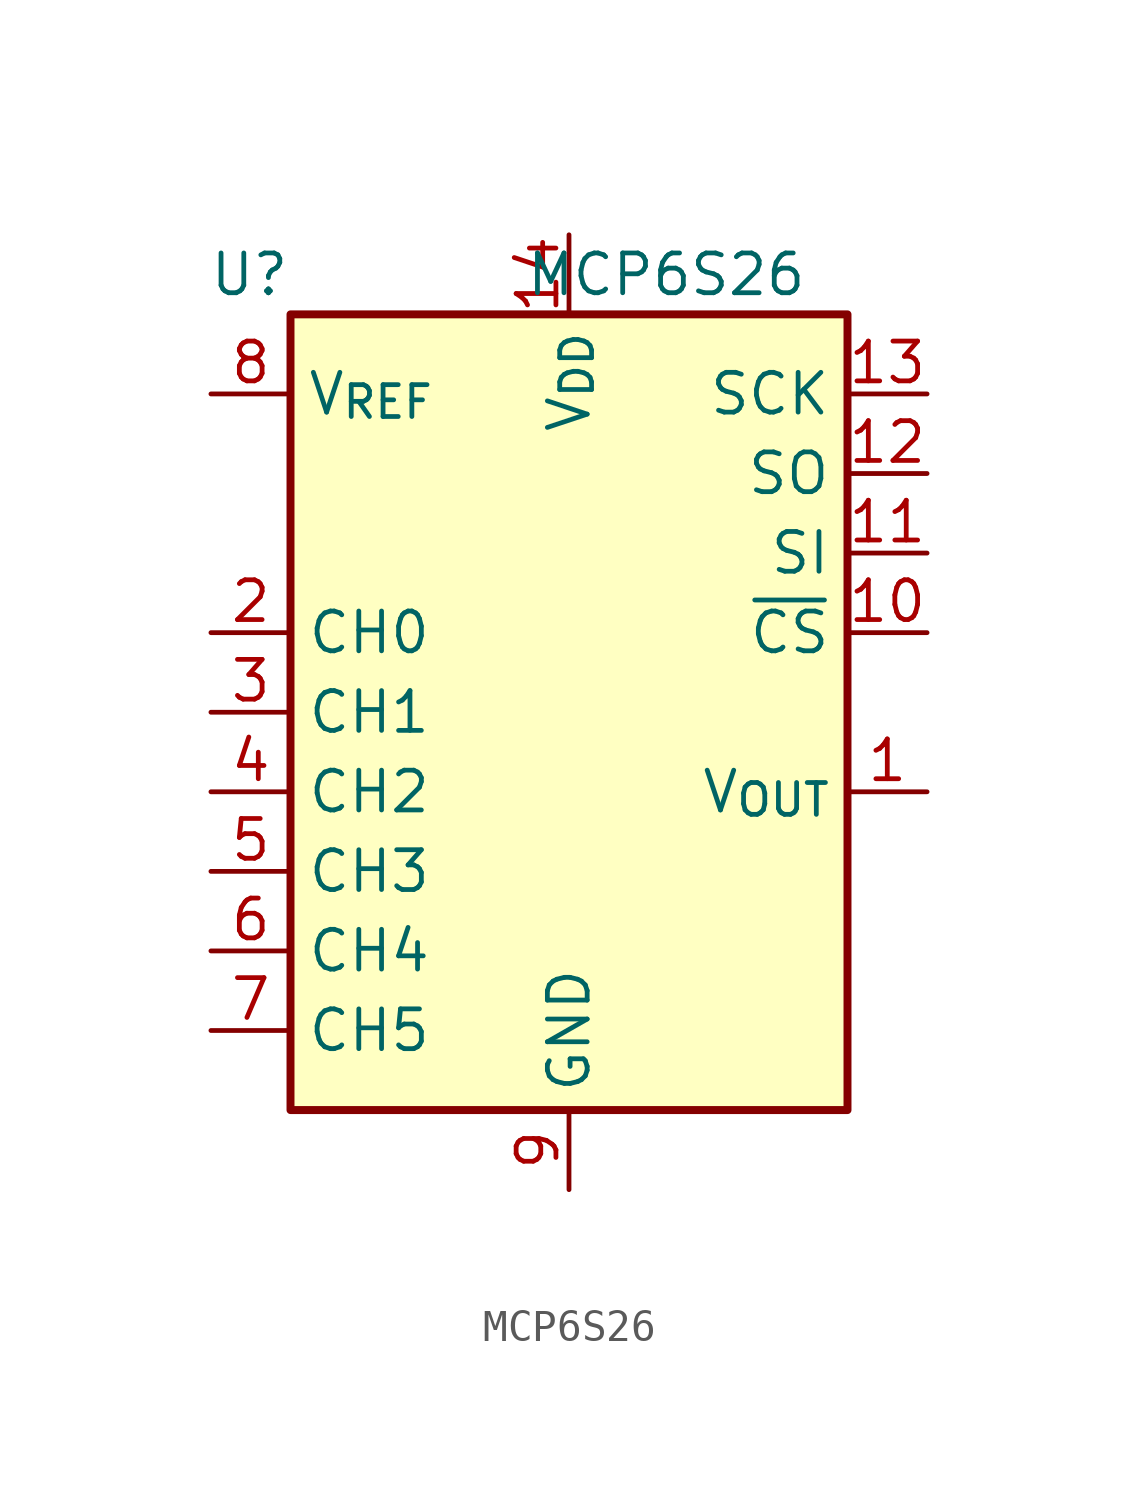
<source format=kicad_sym>
(kicad_symbol_lib
  (version 20241209)
  (generator "kicad_symbol_editor")
  (generator_version "9.0")
  (symbol "MCP6S26"
    (property "Reference" "U"
      (at -8.89 8.89 0)
      (effects (font (size 1.27 1.27)) (justify right)))
    (property "Value" "MCP6S26"
      (at 7.62 8.89 0)
      (effects (font (size 1.27 1.27)) (justify right)))
    (symbol "MCP6S26_0_1"
      (rectangle (start -8.89 7.62) (end 8.89 -17.78) (stroke (width 0.254) (type default)) (fill (type background))))
    (symbol "MCP6S26_1_1"
      (pin input line (at -11.43 5.08 0) (length 2.54) (name "V_{REF}" (effects (font (size 1.27 1.27)))) (number "8" (effects (font (size 1.27 1.27)))))
      (pin input line (at -11.43 -2.54 0) (length 2.54) (name "CH0" (effects (font (size 1.27 1.27)))) (number "2" (effects (font (size 1.27 1.27)))))
      (pin input line (at -11.43 -5.08 0) (length 2.54) (name "CH1" (effects (font (size 1.27 1.27)))) (number "3" (effects (font (size 1.27 1.27)))))
      (pin input line (at -11.43 -7.62 0) (length 2.54) (name "CH2" (effects (font (size 1.27 1.27)))) (number "4" (effects (font (size 1.27 1.27)))))
      (pin input line (at -11.43 -10.16 0) (length 2.54) (name "CH3" (effects (font (size 1.27 1.27)))) (number "5" (effects (font (size 1.27 1.27)))))
      (pin input line (at -11.43 -12.7 0) (length 2.54) (name "CH4" (effects (font (size 1.27 1.27)))) (number "6" (effects (font (size 1.27 1.27)))))
      (pin input line (at -11.43 -15.24 0) (length 2.54) (name "CH5" (effects (font (size 1.27 1.27)))) (number "7" (effects (font (size 1.27 1.27)))))
      (pin power_in line (at 0 10.16 270) (length 2.54) (name "V_{DD}" (effects (font (size 1.27 1.27)))) (number "14" (effects (font (size 1.27 1.27)))))
      (pin power_in line (at 0 -20.32 90) (length 2.54) (name "GND" (effects (font (size 1.27 1.27)))) (number "9" (effects (font (size 1.27 1.27)))))
      (pin input line (at 11.43 5.08 180) (length 2.54) (name "SCK" (effects (font (size 1.27 1.27)))) (number "13" (effects (font (size 1.27 1.27)))))
      (pin output line (at 11.43 2.54 180) (length 2.54) (name "SO" (effects (font (size 1.27 1.27)))) (number "12" (effects (font (size 1.27 1.27)))))
      (pin input line (at 11.43 0 180) (length 2.54) (name "SI" (effects (font (size 1.27 1.27)))) (number "11" (effects (font (size 1.27 1.27)))))
      (pin input line (at 11.43 -2.54 180) (length 2.54) (name "~{CS}" (effects (font (size 1.27 1.27)))) (number "10" (effects (font (size 1.27 1.27)))))
      (pin output line (at 11.43 -7.62 180) (length 2.54) (name "V_{OUT}" (effects (font (size 1.27 1.27)))) (number "1" (effects (font (size 1.27 1.27))))))))
</source>
